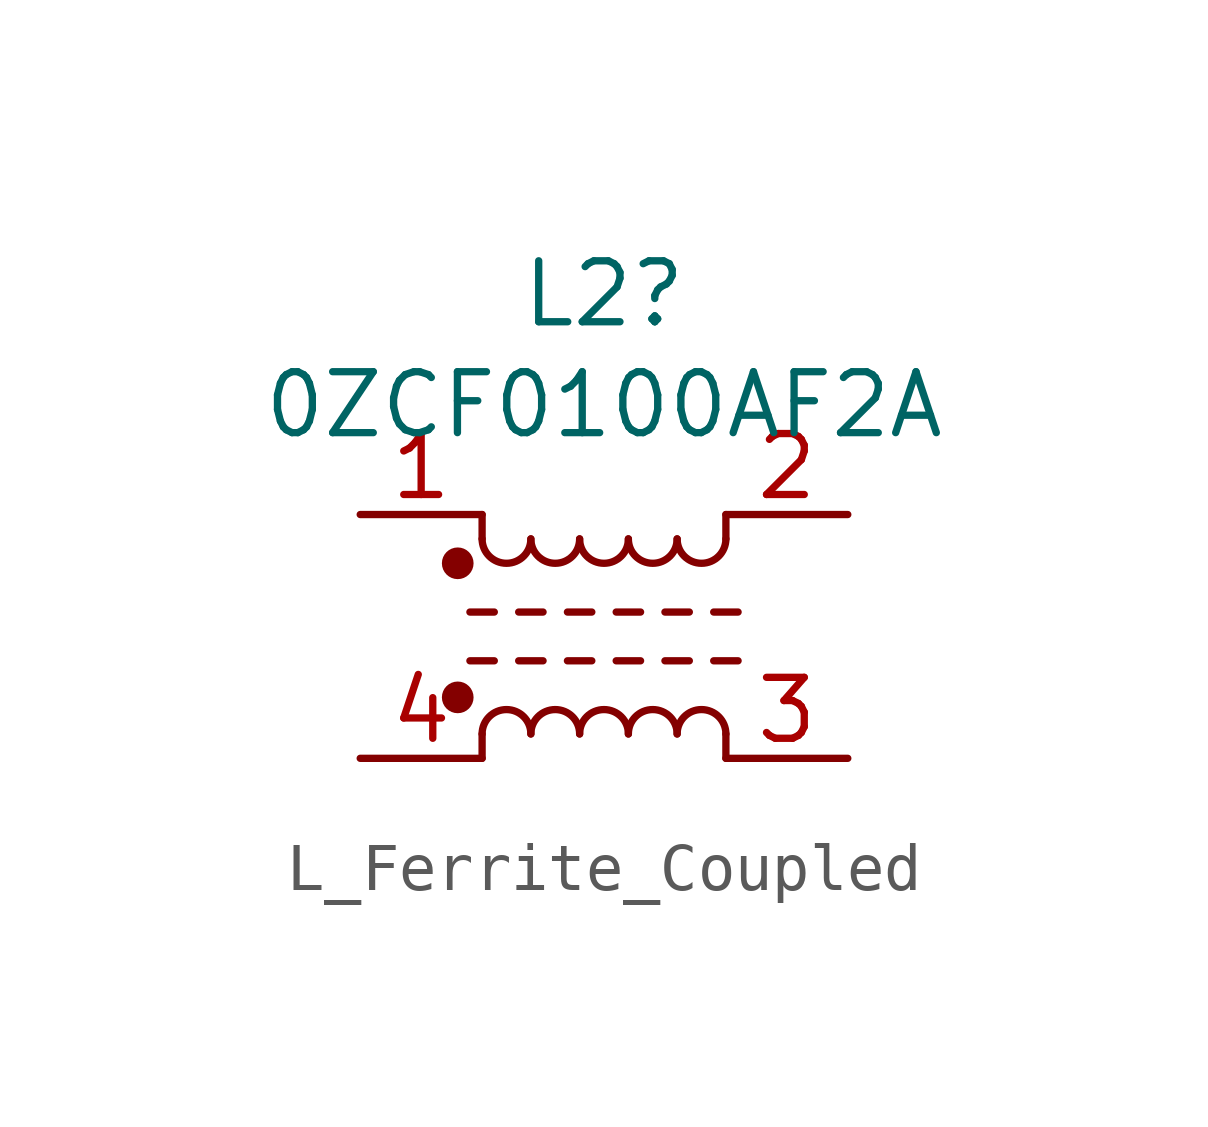
<source format=kicad_sym>
(kicad_symbol_lib
  (version 20211014)
  (generator kicad_symbol_editor)
  (symbol "L_Ferrite_Coupled"
    (pin_names
      (offset 0.254) hide)
    (property "Reference" "L2"
      (at 0 7.137 0)
      (effects (font (size 1.27 1.27))))
    (property "Value" "0ZCF0100AF2A"
      (at 0 4.826 0)
      (effects (font (size 1.27 1.27))))
    (symbol "L_Ferrite_Coupled_0_1"
      (circle (center -3.048 -1.27) (radius 0.254) (stroke (width 0) (type default) (color 0 0 0 0)) (fill (type outline)))
      (circle (center -3.048 1.524) (radius 0.254) (stroke (width 0) (type default) (color 0 0 0 0)) (fill (type outline)))
      (arc (start -2.54 2.032) (mid -2.032 1.524) (end -1.524 2.032) (stroke (width 0) (type default) (color 0 0 0 0)) (fill (type none)))
      (arc (start -1.524 -2.032) (mid -2.032 -1.524) (end -2.54 -2.032) (stroke (width 0) (type default) (color 0 0 0 0)) (fill (type none)))
      (arc (start -1.524 2.032) (mid -1.016 1.524) (end -0.508 2.032) (stroke (width 0) (type default) (color 0 0 0 0)) (fill (type none)))
      (arc (start -0.508 -2.032) (mid -1.016 -1.524) (end -1.524 -2.032) (stroke (width 0) (type default) (color 0 0 0 0)) (fill (type none)))
      (arc (start -0.508 2.032) (mid 0 1.524) (end 0.508 2.032) (stroke (width 0) (type default) (color 0 0 0 0)) (fill (type none)))
      (polyline (pts (xy -2.794 -0.508) (xy -2.286 -0.508)) (stroke (width 0) (type default) (color 0 0 0 0)) (fill (type none)))
      (polyline (pts (xy -2.794 0.508) (xy -2.286 0.508)) (stroke (width 0) (type default) (color 0 0 0 0)) (fill (type none)))
      (polyline (pts (xy -2.54 -2.032) (xy -2.54 -2.54)) (stroke (width 0) (type default) (color 0 0 0 0)) (fill (type none)))
      (polyline (pts (xy -2.54 2.032) (xy -2.54 2.54)) (stroke (width 0) (type default) (color 0 0 0 0)) (fill (type none)))
      (polyline (pts (xy -1.778 -0.508) (xy -1.27 -0.508)) (stroke (width 0) (type default) (color 0 0 0 0)) (fill (type none)))
      (polyline (pts (xy -1.778 0.508) (xy -1.27 0.508)) (stroke (width 0) (type default) (color 0 0 0 0)) (fill (type none)))
      (polyline (pts (xy -0.762 -0.508) (xy -0.254 -0.508)) (stroke (width 0) (type default) (color 0 0 0 0)) (fill (type none)))
      (polyline (pts (xy -0.762 0.508) (xy -0.254 0.508)) (stroke (width 0) (type default) (color 0 0 0 0)) (fill (type none)))
      (polyline (pts (xy 0.254 -0.508) (xy 0.762 -0.508)) (stroke (width 0) (type default) (color 0 0 0 0)) (fill (type none)))
      (polyline (pts (xy 0.254 0.508) (xy 0.762 0.508)) (stroke (width 0) (type default) (color 0 0 0 0)) (fill (type none)))
      (polyline (pts (xy 1.27 -0.508) (xy 1.778 -0.508)) (stroke (width 0) (type default) (color 0 0 0 0)) (fill (type none)))
      (polyline (pts (xy 1.27 0.508) (xy 1.778 0.508)) (stroke (width 0) (type default) (color 0 0 0 0)) (fill (type none)))
      (polyline (pts (xy 2.286 -0.508) (xy 2.794 -0.508)) (stroke (width 0) (type default) (color 0 0 0 0)) (fill (type none)))
      (polyline (pts (xy 2.286 0.508) (xy 2.794 0.508)) (stroke (width 0) (type default) (color 0 0 0 0)) (fill (type none)))
      (polyline (pts (xy 2.54 -2.032) (xy 2.54 -2.54)) (stroke (width 0) (type default) (color 0 0 0 0)) (fill (type none)))
      (polyline (pts (xy 2.54 2.54) (xy 2.54 2.032)) (stroke (width 0) (type default) (color 0 0 0 0)) (fill (type none)))
      (arc (start 0.508 -2.032) (mid 0 -1.524) (end -0.508 -2.032) (stroke (width 0) (type default) (color 0 0 0 0)) (fill (type none)))
      (arc (start 0.508 2.032) (mid 1.016 1.524) (end 1.524 2.032) (stroke (width 0) (type default) (color 0 0 0 0)) (fill (type none)))
      (arc (start 1.524 -2.032) (mid 1.016 -1.524) (end 0.508 -2.032) (stroke (width 0) (type default) (color 0 0 0 0)) (fill (type none)))
      (arc (start 1.524 2.032) (mid 2.032 1.524) (end 2.54 2.032) (stroke (width 0) (type default) (color 0 0 0 0)) (fill (type none)))
      (arc (start 2.54 -2.032) (mid 2.032 -1.524) (end 1.524 -2.032) (stroke (width 0) (type default) (color 0 0 0 0)) (fill (type none))))
    (symbol "L_Ferrite_Coupled_1_1"
      (pin passive line (at -5.08 2.54 0) (length 2.54) (name "1" (effects (font (size 1.27 1.27)))) (number "1" (effects (font (size 1.27 1.27)))))
      (pin passive line (at 5.08 2.54 180) (length 2.54) (name "2" (effects (font (size 1.27 1.27)))) (number "2" (effects (font (size 1.27 1.27)))))
      (pin passive line (at 5.08 -2.54 180) (length 2.54) (name "3" (effects (font (size 1.27 1.27)))) (number "3" (effects (font (size 1.27 1.27)))))
      (pin passive line (at -5.08 -2.54 0) (length 2.54) (name "4" (effects (font (size 1.27 1.27)))) (number "4" (effects (font (size 1.27 1.27))))))))
</source>
